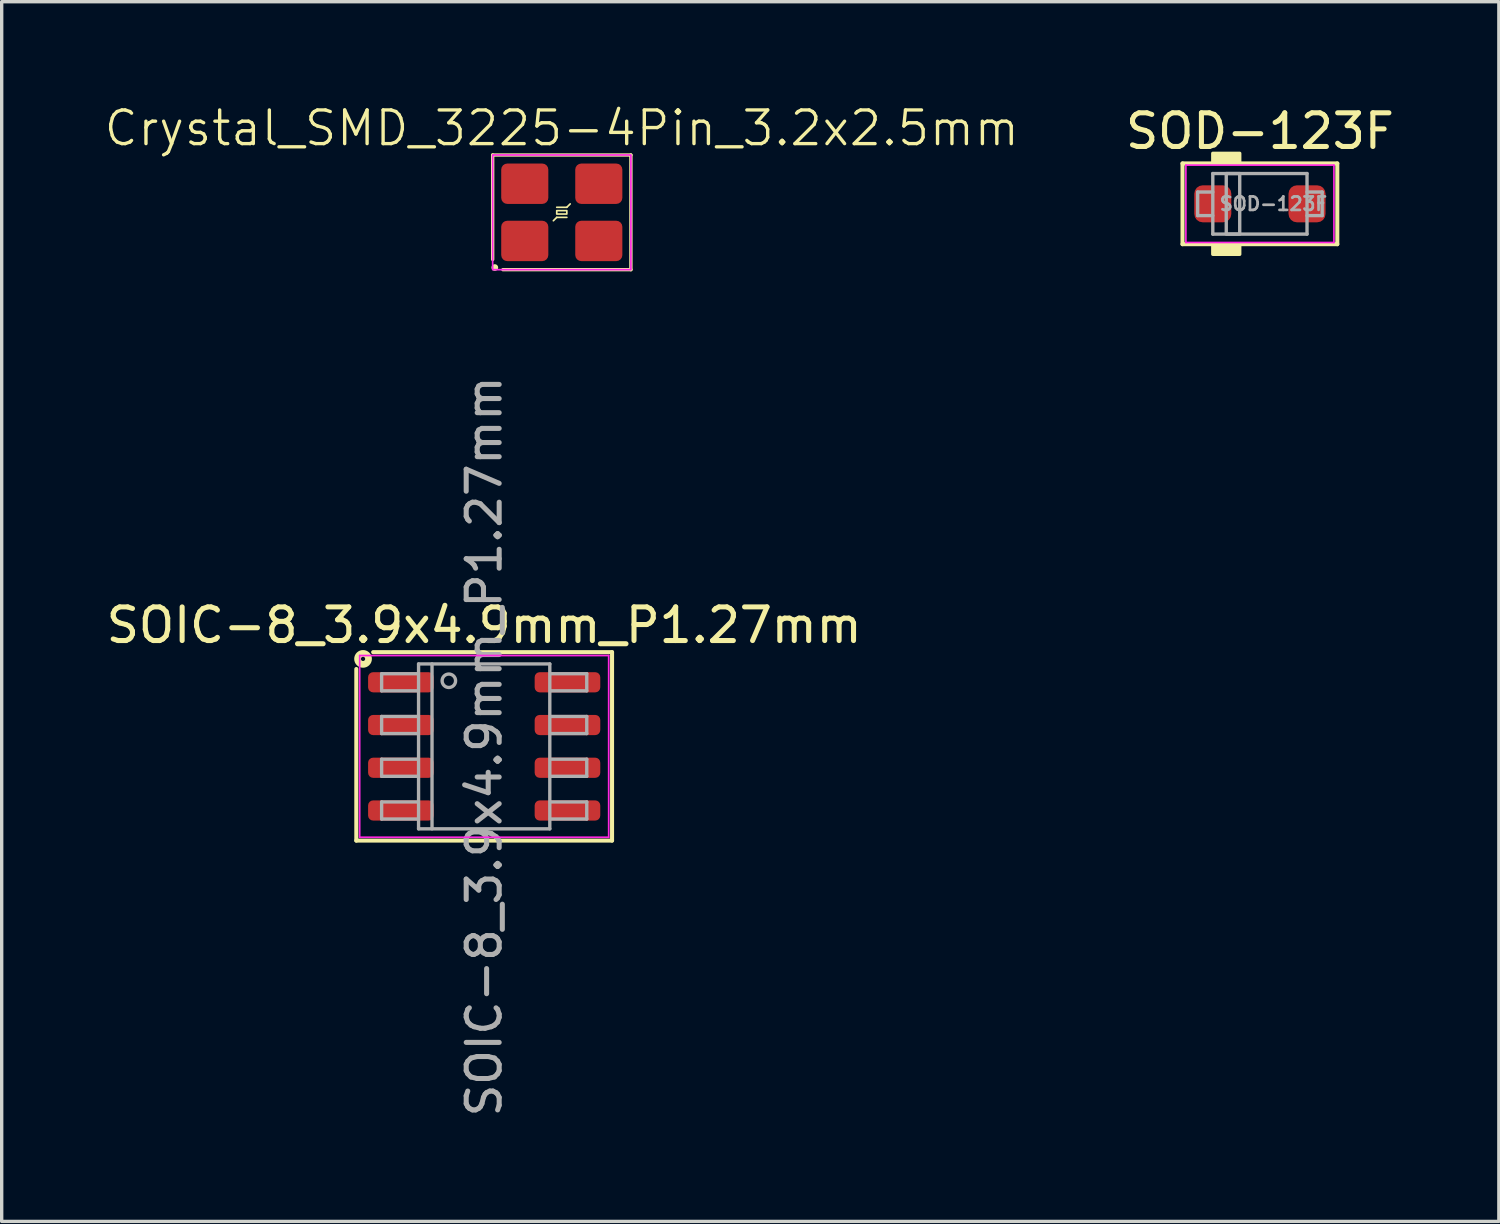
<source format=kicad_pcb>
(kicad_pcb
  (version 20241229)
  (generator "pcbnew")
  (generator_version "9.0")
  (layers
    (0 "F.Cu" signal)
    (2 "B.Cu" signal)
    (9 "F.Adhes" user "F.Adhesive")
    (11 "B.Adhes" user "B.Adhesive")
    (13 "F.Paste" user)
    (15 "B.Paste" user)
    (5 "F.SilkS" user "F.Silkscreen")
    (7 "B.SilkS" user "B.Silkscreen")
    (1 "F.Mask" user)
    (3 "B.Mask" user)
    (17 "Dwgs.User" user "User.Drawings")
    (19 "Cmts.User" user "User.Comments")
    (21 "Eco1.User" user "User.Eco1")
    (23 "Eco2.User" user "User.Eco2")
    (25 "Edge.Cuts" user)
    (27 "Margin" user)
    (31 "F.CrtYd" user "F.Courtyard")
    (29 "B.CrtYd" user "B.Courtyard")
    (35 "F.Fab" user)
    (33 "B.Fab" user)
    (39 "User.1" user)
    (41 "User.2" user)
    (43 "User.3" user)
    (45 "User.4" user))
  (footprint "SOD-123F"
    (layer "F.Cu")
    (at 34.392 3.007)
    (property "Reference" "SOD-123F" (at 0 -2.159 0) (layer "F.SilkS") (effects (font (size 1 1) (thickness 0.15))))
    (attr smd)
    (fp_line (start -2.3 -1.2) (end -2.3 1.2) (stroke (width 0.12) (type solid)) (layer "F.SilkS"))
    (fp_line (start -2.3 1.2) (end 2.3 1.2) (stroke (width 0.12) (type solid)) (layer "F.SilkS"))
    (fp_line (start 2.3 -1.2) (end -2.3 -1.2) (stroke (width 0.12) (type solid)) (layer "F.SilkS"))
    (fp_line (start 2.3 1.2) (end 2.3 -1.2) (stroke (width 0.12) (type solid)) (layer "F.SilkS"))
    (fp_poly (pts (xy -0.6 -1.2) (xy -1.4 -1.2) (xy -1.4 -1.5) (xy -0.6 -1.5)) (stroke (width 0.1) (type solid)) (fill yes) (layer "F.SilkS"))
    (fp_poly (pts (xy -0.6 1.5) (xy -1.4 1.5) (xy -1.4 1.2) (xy -0.6 1.2)) (stroke (width 0.1) (type solid)) (fill yes) (layer "F.SilkS"))
    (fp_line (start -2.2 -1.15) (end -2.2 1.15) (stroke (width 0.05) (type solid)) (layer "F.CrtYd"))
    (fp_line (start -2.2 -1.15) (end 2.2 -1.15) (stroke (width 0.05) (type solid)) (layer "F.CrtYd"))
    (fp_line (start 2.2 -1.15) (end 2.2 1.15) (stroke (width 0.05) (type solid)) (layer "F.CrtYd"))
    (fp_line (start 2.2 1.15) (end -2.2 1.15) (stroke (width 0.05) (type solid)) (layer "F.CrtYd"))
    (fp_line (start -1.85 -0.35) (end -1.85 0.35) (stroke (width 0.1) (type solid)) (layer "F.Fab"))
    (fp_line (start -1.85 -0.35) (end -1.4 -0.35) (stroke (width 0.1) (type solid)) (layer "F.Fab"))
    (fp_line (start -1.85 0.35) (end -1.4 0.35) (stroke (width 0.1) (type solid)) (layer "F.Fab"))
    (fp_line (start -1.4 -0.9) (end 1.4 -0.9) (stroke (width 0.1) (type solid)) (layer "F.Fab"))
    (fp_line (start -1.4 0.9) (end -1.4 -0.9) (stroke (width 0.1) (type solid)) (layer "F.Fab"))
    (fp_line (start 1.4 -0.9) (end 1.4 0.9) (stroke (width 0.1) (type solid)) (layer "F.Fab"))
    (fp_line (start 1.4 0.9) (end -1.4 0.9) (stroke (width 0.1) (type solid)) (layer "F.Fab"))
    (fp_line (start 1.85 -0.35) (end 1.4 -0.35) (stroke (width 0.1) (type solid)) (layer "F.Fab"))
    (fp_line (start 1.85 0.35) (end 1.4 0.35) (stroke (width 0.1) (type solid)) (layer "F.Fab"))
    (fp_line (start 1.85 0.35) (end 1.85 -0.35) (stroke (width 0.1) (type solid)) (layer "F.Fab"))
    (fp_rect (start -1 -0.9) (end -0.6 0.9) (stroke (width 0.1) (type solid)) (fill no) (layer "F.Fab"))
    (fp_text user "${REFERENCE}" (at 0.4 0 0) (layer "F.Fab") (effects (font (size 0.4 0.4) (thickness 0.08))))
    (pad "1" smd roundrect (at -1.4 0) (size 1.1 1.1) (layers "F.Cu" "F.Mask" "F.Paste") (roundrect_rratio 0.227))
    (pad "2" smd roundrect (at 1.4 0) (size 1.1 1.1) (layers "F.Cu" "F.Mask" "F.Paste") (roundrect_rratio 0.227)))
  (footprint "Crystal_SMD_3225-4Pin_3.2x2.5mm"
    (layer "F.Cu")
    (at 13.645 3.26)
    (property "Reference" "Crystal_SMD_3225-4Pin_3.2x2.5mm" (at 0 -2.5 0) (unlocked yes) (layer "F.SilkS") (effects (font (size 1 1) (thickness 0.1))))
    (attr smd)
    (fp_line (start -2.054 -1.704) (end 2.054 -1.704) (stroke (width 0.1) (type default)) (layer "F.SilkS"))
    (fp_line (start -2.054 1.4) (end -2.054 -1.704) (stroke (width 0.1) (type default)) (layer "F.SilkS"))
    (fp_line (start -0.15 -0.15) (end 0.15 -0.15) (stroke (width 0.05) (type default)) (layer "F.SilkS"))
    (fp_line (start -0.15 0.15) (end -0.25 0.25) (stroke (width 0.05) (type default)) (layer "F.SilkS"))
    (fp_line (start -0.15 0.15) (end 0.15 0.15) (stroke (width 0.05) (type default)) (layer "F.SilkS"))
    (fp_line (start 0.15 -0.15) (end 0.25 -0.25) (stroke (width 0.05) (type default)) (layer "F.SilkS"))
    (fp_line (start 2.054 -1.704) (end 2.054 1.704) (stroke (width 0.1) (type default)) (layer "F.SilkS"))
    (fp_line (start 2.054 1.704) (end -1.75 1.704) (stroke (width 0.1) (type default)) (layer "F.SilkS"))
    (fp_rect (start -0.15 -0.05) (end 0.15 0.05) (stroke (width 0.05) (type default)) (fill no) (layer "F.SilkS"))
    (fp_circle (center -1.99 1.641) (end -1.94 1.641) (stroke (width 0.1) (type default)) (fill yes) (layer "F.SilkS"))
    (fp_rect (start -2.054 -1.704) (end 2.054 1.704) (stroke (width 0.05) (type solid)) (fill no) (layer "F.CrtYd"))
    (pad "1" smd roundrect (at -1.1 0.85) (size 1.4 1.2) (layers "F.Cu" "F.Mask" "F.Paste") (roundrect_rratio 0.15))
    (pad "2" smd roundrect (at 1.1 0.85) (size 1.4 1.2) (layers "F.Cu" "F.Mask" "F.Paste") (roundrect_rratio 0.15))
    (pad "3" smd roundrect (at 1.1 -0.85) (size 1.4 1.2) (layers "F.Cu" "F.Mask" "F.Paste") (roundrect_rratio 0.15))
    (pad "4" smd roundrect (at -1.1 -0.85) (size 1.4 1.2) (layers "F.Cu" "F.Mask" "F.Paste") (roundrect_rratio 0.15)))
  (footprint "SOIC-8_3.9x4.9mm_P1.27mm"
    (layer "F.Cu")
    (at 11.339 19.131)
    (property "Reference" "SOIC-8_3.9x4.9mm_P1.27mm" (at 0 -3.6 0) (layer "F.SilkS") (effects (font (size 1 1) (thickness 0.15))))
    (attr smd)
    (fp_line (start -3.8 -2.3) (end -3.8 2.8) (stroke (width 0.12) (type solid)) (layer "F.SilkS"))
    (fp_line (start -3.8 2.8) (end 3.8 2.8) (stroke (width 0.12) (type solid)) (layer "F.SilkS"))
    (fp_line (start 3.8 -2.8) (end -3.3 -2.8) (stroke (width 0.12) (type solid)) (layer "F.SilkS"))
    (fp_line (start 3.8 2.8) (end 3.8 -2.8) (stroke (width 0.12) (type solid)) (layer "F.SilkS"))
    (fp_circle (center -3.6 -2.6) (end -3.537 -2.6) (stroke (width 0.2) (type solid)) (fill no) (layer "F.SilkS"))
    (fp_line (start -3.7 -2.7) (end -3.7 2.7) (stroke (width 0.05) (type solid)) (layer "F.CrtYd"))
    (fp_line (start -3.7 2.7) (end 3.7 2.7) (stroke (width 0.05) (type solid)) (layer "F.CrtYd"))
    (fp_line (start 3.7 -2.7) (end -3.7 -2.7) (stroke (width 0.05) (type solid)) (layer "F.CrtYd"))
    (fp_line (start 3.7 2.7) (end 3.7 -2.7) (stroke (width 0.05) (type solid)) (layer "F.CrtYd"))
    (fp_line (start -3.048 -2.159) (end -3.048 -1.651) (stroke (width 0.1) (type solid)) (layer "F.Fab"))
    (fp_line (start -3.048 -2.159) (end -1.968 -2.159) (stroke (width 0.1) (type solid)) (layer "F.Fab"))
    (fp_line (start -3.048 -1.651) (end -1.968 -1.651) (stroke (width 0.1) (type solid)) (layer "F.Fab"))
    (fp_line (start -3.048 -0.889) (end -3.048 -0.381) (stroke (width 0.1) (type solid)) (layer "F.Fab"))
    (fp_line (start -3.048 -0.889) (end -1.968 -0.889) (stroke (width 0.1) (type solid)) (layer "F.Fab"))
    (fp_line (start -3.048 -0.381) (end -1.968 -0.381) (stroke (width 0.1) (type solid)) (layer "F.Fab"))
    (fp_line (start -3.048 0.381) (end -3.048 0.889) (stroke (width 0.1) (type solid)) (layer "F.Fab"))
    (fp_line (start -3.048 0.381) (end -1.968 0.381) (stroke (width 0.1) (type solid)) (layer "F.Fab"))
    (fp_line (start -3.048 0.889) (end -1.968 0.889) (stroke (width 0.1) (type solid)) (layer "F.Fab"))
    (fp_line (start -3.048 1.651) (end -3.048 2.159) (stroke (width 0.1) (type solid)) (layer "F.Fab"))
    (fp_line (start -3.048 1.651) (end -1.968 1.651) (stroke (width 0.1) (type solid)) (layer "F.Fab"))
    (fp_line (start -3.048 2.159) (end -1.968 2.159) (stroke (width 0.1) (type solid)) (layer "F.Fab"))
    (fp_line (start -1.95 -2.45) (end 1.95 -2.45) (stroke (width 0.1) (type solid)) (layer "F.Fab"))
    (fp_line (start -1.95 2.45) (end -1.95 -2.45) (stroke (width 0.1) (type solid)) (layer "F.Fab"))
    (fp_line (start -1.55 -2.45) (end -1.55 2.45) (stroke (width 0.1) (type solid)) (layer "F.Fab"))
    (fp_line (start 1.95 -2.45) (end 1.95 2.45) (stroke (width 0.1) (type solid)) (layer "F.Fab"))
    (fp_line (start 1.95 2.45) (end -1.95 2.45) (stroke (width 0.1) (type solid)) (layer "F.Fab"))
    (fp_line (start 3.048 -2.159) (end 1.968 -2.159) (stroke (width 0.1) (type solid)) (layer "F.Fab"))
    (fp_line (start 3.048 -1.651) (end 1.968 -1.651) (stroke (width 0.1) (type solid)) (layer "F.Fab"))
    (fp_line (start 3.048 -1.651) (end 3.048 -2.159) (stroke (width 0.1) (type solid)) (layer "F.Fab"))
    (fp_line (start 3.048 -0.889) (end 1.968 -0.889) (stroke (width 0.1) (type solid)) (layer "F.Fab"))
    (fp_line (start 3.048 -0.381) (end 1.968 -0.381) (stroke (width 0.1) (type solid)) (layer "F.Fab"))
    (fp_line (start 3.048 -0.381) (end 3.048 -0.889) (stroke (width 0.1) (type solid)) (layer "F.Fab"))
    (fp_line (start 3.048 0.381) (end 1.968 0.381) (stroke (width 0.1) (type solid)) (layer "F.Fab"))
    (fp_line (start 3.048 0.889) (end 1.968 0.889) (stroke (width 0.1) (type solid)) (layer "F.Fab"))
    (fp_line (start 3.048 0.889) (end 3.048 0.381) (stroke (width 0.1) (type solid)) (layer "F.Fab"))
    (fp_line (start 3.048 1.651) (end 1.968 1.651) (stroke (width 0.1) (type solid)) (layer "F.Fab"))
    (fp_line (start 3.048 2.159) (end 1.968 2.159) (stroke (width 0.1) (type solid)) (layer "F.Fab"))
    (fp_line (start 3.048 2.159) (end 3.048 1.651) (stroke (width 0.1) (type solid)) (layer "F.Fab"))
    (fp_circle (center -1.05 -1.95) (end -0.85 -1.95) (stroke (width 0.1) (type solid)) (fill no) (layer "F.Fab"))
    (fp_text user "${REFERENCE}" (at 0 0 90) (layer "F.Fab") (effects (font (size 0.98 0.98) (thickness 0.15))))
    (pad "1" smd roundrect (at -2.475 -1.905) (size 1.95 0.6) (layers "F.Cu" "F.Mask" "F.Paste") (roundrect_rratio 0.25))
    (pad "2" smd roundrect (at -2.475 -0.635) (size 1.95 0.6) (layers "F.Cu" "F.Mask" "F.Paste") (roundrect_rratio 0.25))
    (pad "3" smd roundrect (at -2.475 0.635) (size 1.95 0.6) (layers "F.Cu" "F.Mask" "F.Paste") (roundrect_rratio 0.25))
    (pad "4" smd roundrect (at -2.475 1.905) (size 1.95 0.6) (layers "F.Cu" "F.Mask" "F.Paste") (roundrect_rratio 0.25))
    (pad "5" smd roundrect (at 2.475 1.905) (size 1.95 0.6) (layers "F.Cu" "F.Mask" "F.Paste") (roundrect_rratio 0.25))
    (pad "6" smd roundrect (at 2.475 0.635) (size 1.95 0.6) (layers "F.Cu" "F.Mask" "F.Paste") (roundrect_rratio 0.25))
    (pad "7" smd roundrect (at 2.475 -0.635) (size 1.95 0.6) (layers "F.Cu" "F.Mask" "F.Paste") (roundrect_rratio 0.25))
    (pad "8" smd roundrect (at 2.475 -1.905) (size 1.95 0.6) (layers "F.Cu" "F.Mask" "F.Paste") (roundrect_rratio 0.25)))
  (gr_rect
    (start -3 -3)
    (end 41.493 33.248)
    (stroke (width 0.1) (type default))
    (fill no)
    (layer "Edge.Cuts")))
</source>
